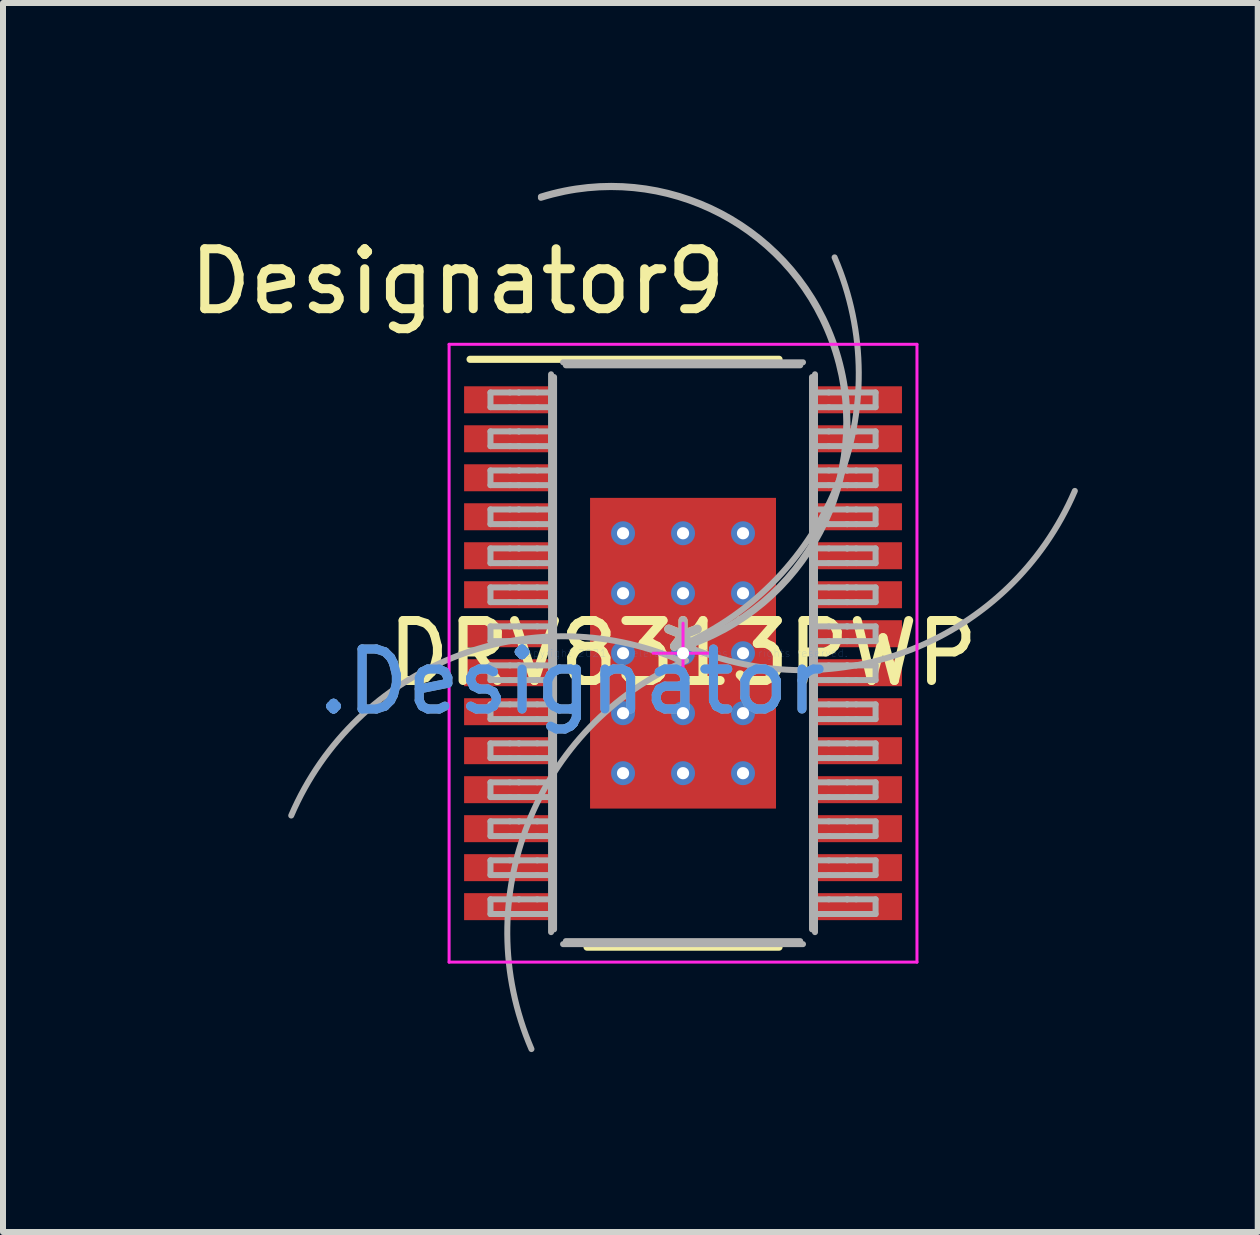
<source format=kicad_pcb>
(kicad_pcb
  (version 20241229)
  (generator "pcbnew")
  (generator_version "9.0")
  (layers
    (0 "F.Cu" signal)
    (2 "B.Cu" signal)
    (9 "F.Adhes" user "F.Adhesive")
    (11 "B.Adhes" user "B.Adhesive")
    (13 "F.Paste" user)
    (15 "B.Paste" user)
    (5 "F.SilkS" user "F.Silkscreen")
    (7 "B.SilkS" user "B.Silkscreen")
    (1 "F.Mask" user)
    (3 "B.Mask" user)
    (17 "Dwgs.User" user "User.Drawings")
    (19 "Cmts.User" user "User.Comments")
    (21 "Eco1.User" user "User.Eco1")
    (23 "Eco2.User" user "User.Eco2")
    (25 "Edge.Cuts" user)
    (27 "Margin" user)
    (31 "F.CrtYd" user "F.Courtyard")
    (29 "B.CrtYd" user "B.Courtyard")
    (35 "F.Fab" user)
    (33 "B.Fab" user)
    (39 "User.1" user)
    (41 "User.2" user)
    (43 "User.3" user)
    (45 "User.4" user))
  (footprint "DRV8313PWP"
    (layer "F.Cu")
    (at 8.337 7.84)
    (property "Reference" "DRV8313PWP" (at 0 0 0) (layer "F.SilkS") (effects (font (size 1 1) (thickness 0.15))))
    (attr through_hole)
    (fp_line (start -3.55 -4.9) (end 1.6 -4.9) (stroke (width 0.12) (type solid)) (layer "F.SilkS"))
    (fp_line (start -1.6 4.9) (end 1.6 4.9) (stroke (width 0.12) (type solid)) (layer "F.SilkS"))
    (fp_line (start -3.9 -5.15) (end 3.9 -5.15) (stroke (width 0.05) (type solid)) (layer "F.CrtYd"))
    (fp_line (start -3.9 5.15) (end -3.9 -5.15) (stroke (width 0.05) (type solid)) (layer "F.CrtYd"))
    (fp_line (start -3.9 5.15) (end 3.9 5.15) (stroke (width 0.05) (type solid)) (layer "F.CrtYd"))
    (fp_line (start -0.5 0) (end 0.5 0) (stroke (width 0.05) (type solid)) (layer "F.CrtYd"))
    (fp_line (start -0.000003 0.5) (end -0.000003 -0.5) (stroke (width 0.05) (type solid)) (layer "F.CrtYd"))
    (fp_line (start 3.9 5.15) (end 3.9 -5.15) (stroke (width 0.05) (type solid)) (layer "F.CrtYd"))
    (fp_line (start -3.21 -4.347) (end -2.887 -4.347) (stroke (width 0.1) (type solid)) (layer "F.Fab"))
    (fp_line (start -3.21 -4.102) (end -3.21 -4.347) (stroke (width 0.1) (type solid)) (layer "F.Fab"))
    (fp_line (start -3.21 -4.102) (end -2.887 -4.102) (stroke (width 0.1) (type solid)) (layer "F.Fab"))
    (fp_line (start -3.21 -3.698) (end -2.887 -3.698) (stroke (width 0.1) (type solid)) (layer "F.Fab"))
    (fp_line (start -3.21 -3.452) (end -3.21 -3.698) (stroke (width 0.1) (type solid)) (layer "F.Fab"))
    (fp_line (start -3.21 -3.452) (end -2.887 -3.452) (stroke (width 0.1) (type solid)) (layer "F.Fab"))
    (fp_line (start -3.21 -3.047) (end -2.887 -3.047) (stroke (width 0.1) (type solid)) (layer "F.Fab"))
    (fp_line (start -3.21 -2.802) (end -3.21 -3.047) (stroke (width 0.1) (type solid)) (layer "F.Fab"))
    (fp_line (start -3.21 -2.802) (end -2.887 -2.802) (stroke (width 0.1) (type solid)) (layer "F.Fab"))
    (fp_line (start -3.21 -2.397) (end -2.887 -2.397) (stroke (width 0.1) (type solid)) (layer "F.Fab"))
    (fp_line (start -3.21 -2.152) (end -3.21 -2.397) (stroke (width 0.1) (type solid)) (layer "F.Fab"))
    (fp_line (start -3.21 -2.152) (end -2.887 -2.152) (stroke (width 0.1) (type solid)) (layer "F.Fab"))
    (fp_line (start -3.21 -1.747) (end -2.887 -1.747) (stroke (width 0.1) (type solid)) (layer "F.Fab"))
    (fp_line (start -3.21 -1.502) (end -3.21 -1.747) (stroke (width 0.1) (type solid)) (layer "F.Fab"))
    (fp_line (start -3.21 -1.502) (end -2.887 -1.502) (stroke (width 0.1) (type solid)) (layer "F.Fab"))
    (fp_line (start -3.21 -1.097) (end -2.887 -1.097) (stroke (width 0.1) (type solid)) (layer "F.Fab"))
    (fp_line (start -3.21 -0.852) (end -3.21 -1.097) (stroke (width 0.1) (type solid)) (layer "F.Fab"))
    (fp_line (start -3.21 -0.852) (end -2.887 -0.852) (stroke (width 0.1) (type solid)) (layer "F.Fab"))
    (fp_line (start -3.21 -0.447) (end -2.887 -0.447) (stroke (width 0.1) (type solid)) (layer "F.Fab"))
    (fp_line (start -3.21 -0.202) (end -3.21 -0.447) (stroke (width 0.1) (type solid)) (layer "F.Fab"))
    (fp_line (start -3.21 -0.202) (end -2.887 -0.202) (stroke (width 0.1) (type solid)) (layer "F.Fab"))
    (fp_line (start -3.21 0.203) (end -2.887 0.203) (stroke (width 0.1) (type solid)) (layer "F.Fab"))
    (fp_line (start -3.21 0.448) (end -3.21 0.203) (stroke (width 0.1) (type solid)) (layer "F.Fab"))
    (fp_line (start -3.21 0.448) (end -2.887 0.448) (stroke (width 0.1) (type solid)) (layer "F.Fab"))
    (fp_line (start -3.21 0.853) (end -2.887 0.853) (stroke (width 0.1) (type solid)) (layer "F.Fab"))
    (fp_line (start -3.21 1.098) (end -3.21 0.853) (stroke (width 0.1) (type solid)) (layer "F.Fab"))
    (fp_line (start -3.21 1.098) (end -2.887 1.098) (stroke (width 0.1) (type solid)) (layer "F.Fab"))
    (fp_line (start -3.21 1.503) (end -2.887 1.503) (stroke (width 0.1) (type solid)) (layer "F.Fab"))
    (fp_line (start -3.21 1.748) (end -3.21 1.503) (stroke (width 0.1) (type solid)) (layer "F.Fab"))
    (fp_line (start -3.21 1.748) (end -2.887 1.748) (stroke (width 0.1) (type solid)) (layer "F.Fab"))
    (fp_line (start -3.21 2.152) (end -2.887 2.152) (stroke (width 0.1) (type solid)) (layer "F.Fab"))
    (fp_line (start -3.21 2.398) (end -3.21 2.152) (stroke (width 0.1) (type solid)) (layer "F.Fab"))
    (fp_line (start -3.21 2.398) (end -2.887 2.398) (stroke (width 0.1) (type solid)) (layer "F.Fab"))
    (fp_line (start -3.21 2.803) (end -2.887 2.803) (stroke (width 0.1) (type solid)) (layer "F.Fab"))
    (fp_line (start -3.21 3.048) (end -3.21 2.803) (stroke (width 0.1) (type solid)) (layer "F.Fab"))
    (fp_line (start -3.21 3.048) (end -2.887 3.048) (stroke (width 0.1) (type solid)) (layer "F.Fab"))
    (fp_line (start -3.21 3.453) (end -2.887 3.453) (stroke (width 0.1) (type solid)) (layer "F.Fab"))
    (fp_line (start -3.21 3.698) (end -3.21 3.453) (stroke (width 0.1) (type solid)) (layer "F.Fab"))
    (fp_line (start -3.21 3.698) (end -2.887 3.698) (stroke (width 0.1) (type solid)) (layer "F.Fab"))
    (fp_line (start -3.21 4.103) (end -2.887 4.103) (stroke (width 0.1) (type solid)) (layer "F.Fab"))
    (fp_line (start -3.21 4.348) (end -3.21 4.103) (stroke (width 0.1) (type solid)) (layer "F.Fab"))
    (fp_line (start -3.21 4.348) (end -2.887 4.348) (stroke (width 0.1) (type solid)) (layer "F.Fab"))
    (fp_line (start -2.887 -4.347) (end -2.739 -4.347) (stroke (width 0.1) (type solid)) (layer "F.Fab"))
    (fp_line (start -2.887 -4.102) (end -2.739 -4.102) (stroke (width 0.1) (type solid)) (layer "F.Fab"))
    (fp_line (start -2.887 -3.698) (end -2.739 -3.698) (stroke (width 0.1) (type solid)) (layer "F.Fab"))
    (fp_line (start -2.887 -3.452) (end -2.739 -3.452) (stroke (width 0.1) (type solid)) (layer "F.Fab"))
    (fp_line (start -2.887 -3.047) (end -2.739 -3.047) (stroke (width 0.1) (type solid)) (layer "F.Fab"))
    (fp_line (start -2.887 -2.802) (end -2.739 -2.802) (stroke (width 0.1) (type solid)) (layer "F.Fab"))
    (fp_line (start -2.887 -2.397) (end -2.739 -2.397) (stroke (width 0.1) (type solid)) (layer "F.Fab"))
    (fp_line (start -2.887 -2.152) (end -2.739 -2.152) (stroke (width 0.1) (type solid)) (layer "F.Fab"))
    (fp_line (start -2.887 -1.747) (end -2.739 -1.747) (stroke (width 0.1) (type solid)) (layer "F.Fab"))
    (fp_line (start -2.887 -1.502) (end -2.739 -1.502) (stroke (width 0.1) (type solid)) (layer "F.Fab"))
    (fp_line (start -2.887 -1.097) (end -2.739 -1.097) (stroke (width 0.1) (type solid)) (layer "F.Fab"))
    (fp_line (start -2.887 -0.852) (end -2.739 -0.852) (stroke (width 0.1) (type solid)) (layer "F.Fab"))
    (fp_line (start -2.887 -0.447) (end -2.739 -0.447) (stroke (width 0.1) (type solid)) (layer "F.Fab"))
    (fp_line (start -2.887 -0.202) (end -2.739 -0.202) (stroke (width 0.1) (type solid)) (layer "F.Fab"))
    (fp_line (start -2.887 0.203) (end -2.739 0.203) (stroke (width 0.1) (type solid)) (layer "F.Fab"))
    (fp_line (start -2.887 0.448) (end -2.739 0.448) (stroke (width 0.1) (type solid)) (layer "F.Fab"))
    (fp_line (start -2.887 0.853) (end -2.739 0.853) (stroke (width 0.1) (type solid)) (layer "F.Fab"))
    (fp_line (start -2.887 1.098) (end -2.739 1.098) (stroke (width 0.1) (type solid)) (layer "F.Fab"))
    (fp_line (start -2.887 1.503) (end -2.739 1.503) (stroke (width 0.1) (type solid)) (layer "F.Fab"))
    (fp_line (start -2.887 1.748) (end -2.739 1.748) (stroke (width 0.1) (type solid)) (layer "F.Fab"))
    (fp_line (start -2.887 2.152) (end -2.739 2.152) (stroke (width 0.1) (type solid)) (layer "F.Fab"))
    (fp_line (start -2.887 2.398) (end -2.739 2.398) (stroke (width 0.1) (type solid)) (layer "F.Fab"))
    (fp_line (start -2.887 2.803) (end -2.739 2.803) (stroke (width 0.1) (type solid)) (layer "F.Fab"))
    (fp_line (start -2.887 3.048) (end -2.739 3.048) (stroke (width 0.1) (type solid)) (layer "F.Fab"))
    (fp_line (start -2.887 3.453) (end -2.739 3.453) (stroke (width 0.1) (type solid)) (layer "F.Fab"))
    (fp_line (start -2.887 3.698) (end -2.739 3.698) (stroke (width 0.1) (type solid)) (layer "F.Fab"))
    (fp_line (start -2.887 4.103) (end -2.739 4.103) (stroke (width 0.1) (type solid)) (layer "F.Fab"))
    (fp_line (start -2.887 4.348) (end -2.739 4.348) (stroke (width 0.1) (type solid)) (layer "F.Fab"))
    (fp_line (start -2.739 -4.347) (end -2.733 -4.347) (stroke (width 0.1) (type solid)) (layer "F.Fab"))
    (fp_line (start -2.739 -4.102) (end -2.733 -4.102) (stroke (width 0.1) (type solid)) (layer "F.Fab"))
    (fp_line (start -2.739 -3.698) (end -2.733 -3.698) (stroke (width 0.1) (type solid)) (layer "F.Fab"))
    (fp_line (start -2.739 -3.452) (end -2.733 -3.452) (stroke (width 0.1) (type solid)) (layer "F.Fab"))
    (fp_line (start -2.739 -3.047) (end -2.733 -3.047) (stroke (width 0.1) (type solid)) (layer "F.Fab"))
    (fp_line (start -2.739 -2.802) (end -2.733 -2.802) (stroke (width 0.1) (type solid)) (layer "F.Fab"))
    (fp_line (start -2.739 -2.397) (end -2.733 -2.397) (stroke (width 0.1) (type solid)) (layer "F.Fab"))
    (fp_line (start -2.739 -2.152) (end -2.733 -2.152) (stroke (width 0.1) (type solid)) (layer "F.Fab"))
    (fp_line (start -2.739 -1.747) (end -2.733 -1.747) (stroke (width 0.1) (type solid)) (layer "F.Fab"))
    (fp_line (start -2.739 -1.502) (end -2.733 -1.502) (stroke (width 0.1) (type solid)) (layer "F.Fab"))
    (fp_line (start -2.739 -1.097) (end -2.733 -1.097) (stroke (width 0.1) (type solid)) (layer "F.Fab"))
    (fp_line (start -2.739 -0.852) (end -2.733 -0.852) (stroke (width 0.1) (type solid)) (layer "F.Fab"))
    (fp_line (start -2.739 -0.447) (end -2.733 -0.447) (stroke (width 0.1) (type solid)) (layer "F.Fab"))
    (fp_line (start -2.739 -0.202) (end -2.733 -0.202) (stroke (width 0.1) (type solid)) (layer "F.Fab"))
    (fp_line (start -2.739 0.203) (end -2.733 0.203) (stroke (width 0.1) (type solid)) (layer "F.Fab"))
    (fp_line (start -2.739 0.448) (end -2.733 0.448) (stroke (width 0.1) (type solid)) (layer "F.Fab"))
    (fp_line (start -2.739 0.853) (end -2.733 0.853) (stroke (width 0.1) (type solid)) (layer "F.Fab"))
    (fp_line (start -2.739 1.098) (end -2.733 1.098) (stroke (width 0.1) (type solid)) (layer "F.Fab"))
    (fp_line (start -2.739 1.503) (end -2.733 1.503) (stroke (width 0.1) (type solid)) (layer "F.Fab"))
    (fp_line (start -2.739 1.748) (end -2.733 1.748) (stroke (width 0.1) (type solid)) (layer "F.Fab"))
    (fp_line (start -2.739 2.152) (end -2.733 2.152) (stroke (width 0.1) (type solid)) (layer "F.Fab"))
    (fp_line (start -2.739 2.398) (end -2.733 2.398) (stroke (width 0.1) (type solid)) (layer "F.Fab"))
    (fp_line (start -2.739 2.803) (end -2.733 2.803) (stroke (width 0.1) (type solid)) (layer "F.Fab"))
    (fp_line (start -2.739 3.048) (end -2.733 3.048) (stroke (width 0.1) (type solid)) (layer "F.Fab"))
    (fp_line (start -2.739 3.453) (end -2.733 3.453) (stroke (width 0.1) (type solid)) (layer "F.Fab"))
    (fp_line (start -2.739 3.698) (end -2.733 3.698) (stroke (width 0.1) (type solid)) (layer "F.Fab"))
    (fp_line (start -2.739 4.103) (end -2.733 4.103) (stroke (width 0.1) (type solid)) (layer "F.Fab"))
    (fp_line (start -2.739 4.348) (end -2.733 4.348) (stroke (width 0.1) (type solid)) (layer "F.Fab"))
    (fp_line (start -2.733 -4.347) (end -2.431 -4.347) (stroke (width 0.1) (type solid)) (layer "F.Fab"))
    (fp_line (start -2.733 -4.102) (end -2.431 -4.102) (stroke (width 0.1) (type solid)) (layer "F.Fab"))
    (fp_line (start -2.733 -3.698) (end -2.431 -3.698) (stroke (width 0.1) (type solid)) (layer "F.Fab"))
    (fp_line (start -2.733 -3.452) (end -2.431 -3.452) (stroke (width 0.1) (type solid)) (layer "F.Fab"))
    (fp_line (start -2.733 -3.047) (end -2.431 -3.047) (stroke (width 0.1) (type solid)) (layer "F.Fab"))
    (fp_line (start -2.733 -2.802) (end -2.431 -2.802) (stroke (width 0.1) (type solid)) (layer "F.Fab"))
    (fp_line (start -2.733 -2.397) (end -2.431 -2.397) (stroke (width 0.1) (type solid)) (layer "F.Fab"))
    (fp_line (start -2.733 -2.152) (end -2.431 -2.152) (stroke (width 0.1) (type solid)) (layer "F.Fab"))
    (fp_line (start -2.733 -1.747) (end -2.431 -1.747) (stroke (width 0.1) (type solid)) (layer "F.Fab"))
    (fp_line (start -2.733 -1.502) (end -2.431 -1.502) (stroke (width 0.1) (type solid)) (layer "F.Fab"))
    (fp_line (start -2.733 -1.097) (end -2.431 -1.097) (stroke (width 0.1) (type solid)) (layer "F.Fab"))
    (fp_line (start -2.733 -0.852) (end -2.431 -0.852) (stroke (width 0.1) (type solid)) (layer "F.Fab"))
    (fp_line (start -2.733 -0.447) (end -2.431 -0.447) (stroke (width 0.1) (type solid)) (layer "F.Fab"))
    (fp_line (start -2.733 -0.202) (end -2.431 -0.202) (stroke (width 0.1) (type solid)) (layer "F.Fab"))
    (fp_line (start -2.733 0.203) (end -2.431 0.203) (stroke (width 0.1) (type solid)) (layer "F.Fab"))
    (fp_line (start -2.733 0.448) (end -2.431 0.448) (stroke (width 0.1) (type solid)) (layer "F.Fab"))
    (fp_line (start -2.733 0.853) (end -2.431 0.853) (stroke (width 0.1) (type solid)) (layer "F.Fab"))
    (fp_line (start -2.733 1.098) (end -2.431 1.098) (stroke (width 0.1) (type solid)) (layer "F.Fab"))
    (fp_line (start -2.733 1.503) (end -2.431 1.503) (stroke (width 0.1) (type solid)) (layer "F.Fab"))
    (fp_line (start -2.733 1.748) (end -2.431 1.748) (stroke (width 0.1) (type solid)) (layer "F.Fab"))
    (fp_line (start -2.733 2.152) (end -2.431 2.152) (stroke (width 0.1) (type solid)) (layer "F.Fab"))
    (fp_line (start -2.733 2.398) (end -2.431 2.398) (stroke (width 0.1) (type solid)) (layer "F.Fab"))
    (fp_line (start -2.733 2.803) (end -2.431 2.803) (stroke (width 0.1) (type solid)) (layer "F.Fab"))
    (fp_line (start -2.733 3.048) (end -2.431 3.048) (stroke (width 0.1) (type solid)) (layer "F.Fab"))
    (fp_line (start -2.733 3.453) (end -2.431 3.453) (stroke (width 0.1) (type solid)) (layer "F.Fab"))
    (fp_line (start -2.733 3.698) (end -2.431 3.698) (stroke (width 0.1) (type solid)) (layer "F.Fab"))
    (fp_line (start -2.733 4.103) (end -2.431 4.103) (stroke (width 0.1) (type solid)) (layer "F.Fab"))
    (fp_line (start -2.733 4.348) (end -2.431 4.348) (stroke (width 0.1) (type solid)) (layer "F.Fab"))
    (fp_line (start -2.431 -4.347) (end -2.2 -4.347) (stroke (width 0.1) (type solid)) (layer "F.Fab"))
    (fp_line (start -2.431 -4.102) (end -2.2 -4.102) (stroke (width 0.1) (type solid)) (layer "F.Fab"))
    (fp_line (start -2.431 -3.698) (end -2.2 -3.698) (stroke (width 0.1) (type solid)) (layer "F.Fab"))
    (fp_line (start -2.431 -3.452) (end -2.2 -3.452) (stroke (width 0.1) (type solid)) (layer "F.Fab"))
    (fp_line (start -2.431 -3.047) (end -2.2 -3.047) (stroke (width 0.1) (type solid)) (layer "F.Fab"))
    (fp_line (start -2.431 -2.802) (end -2.2 -2.802) (stroke (width 0.1) (type solid)) (layer "F.Fab"))
    (fp_line (start -2.431 -2.397) (end -2.2 -2.397) (stroke (width 0.1) (type solid)) (layer "F.Fab"))
    (fp_line (start -2.431 -2.152) (end -2.2 -2.152) (stroke (width 0.1) (type solid)) (layer "F.Fab"))
    (fp_line (start -2.431 -1.747) (end -2.2 -1.747) (stroke (width 0.1) (type solid)) (layer "F.Fab"))
    (fp_line (start -2.431 -1.502) (end -2.2 -1.502) (stroke (width 0.1) (type solid)) (layer "F.Fab"))
    (fp_line (start -2.431 -1.097) (end -2.2 -1.097) (stroke (width 0.1) (type solid)) (layer "F.Fab"))
    (fp_line (start -2.431 -0.852) (end -2.2 -0.852) (stroke (width 0.1) (type solid)) (layer "F.Fab"))
    (fp_line (start -2.431 -0.447) (end -2.2 -0.447) (stroke (width 0.1) (type solid)) (layer "F.Fab"))
    (fp_line (start -2.431 -0.202) (end -2.2 -0.202) (stroke (width 0.1) (type solid)) (layer "F.Fab"))
    (fp_line (start -2.431 0.203) (end -2.2 0.203) (stroke (width 0.1) (type solid)) (layer "F.Fab"))
    (fp_line (start -2.431 0.448) (end -2.2 0.448) (stroke (width 0.1) (type solid)) (layer "F.Fab"))
    (fp_line (start -2.431 0.853) (end -2.2 0.853) (stroke (width 0.1) (type solid)) (layer "F.Fab"))
    (fp_line (start -2.431 1.098) (end -2.2 1.098) (stroke (width 0.1) (type solid)) (layer "F.Fab"))
    (fp_line (start -2.431 1.503) (end -2.2 1.503) (stroke (width 0.1) (type solid)) (layer "F.Fab"))
    (fp_line (start -2.431 1.748) (end -2.2 1.748) (stroke (width 0.1) (type solid)) (layer "F.Fab"))
    (fp_line (start -2.431 2.152) (end -2.2 2.152) (stroke (width 0.1) (type solid)) (layer "F.Fab"))
    (fp_line (start -2.431 2.398) (end -2.2 2.398) (stroke (width 0.1) (type solid)) (layer "F.Fab"))
    (fp_line (start -2.431 2.803) (end -2.2 2.803) (stroke (width 0.1) (type solid)) (layer "F.Fab"))
    (fp_line (start -2.431 3.048) (end -2.2 3.048) (stroke (width 0.1) (type solid)) (layer "F.Fab"))
    (fp_line (start -2.431 3.453) (end -2.2 3.453) (stroke (width 0.1) (type solid)) (layer "F.Fab"))
    (fp_line (start -2.431 3.698) (end -2.2 3.698) (stroke (width 0.1) (type solid)) (layer "F.Fab"))
    (fp_line (start -2.431 4.103) (end -2.2 4.103) (stroke (width 0.1) (type solid)) (layer "F.Fab"))
    (fp_line (start -2.431 4.348) (end -2.2 4.348) (stroke (width 0.1) (type solid)) (layer "F.Fab"))
    (fp_line (start -2.2 -4.102) (end -2.2 -4.347) (stroke (width 0.1) (type solid)) (layer "F.Fab"))
    (fp_line (start -2.2 -3.452) (end -2.2 -3.698) (stroke (width 0.1) (type solid)) (layer "F.Fab"))
    (fp_line (start -2.2 -2.802) (end -2.2 -3.047) (stroke (width 0.1) (type solid)) (layer "F.Fab"))
    (fp_line (start -2.2 -2.152) (end -2.2 -2.397) (stroke (width 0.1) (type solid)) (layer "F.Fab"))
    (fp_line (start -2.2 -1.502) (end -2.2 -1.747) (stroke (width 0.1) (type solid)) (layer "F.Fab"))
    (fp_line (start -2.2 -0.852) (end -2.2 -1.097) (stroke (width 0.1) (type solid)) (layer "F.Fab"))
    (fp_line (start -2.2 -0.202) (end -2.2 -0.447) (stroke (width 0.1) (type solid)) (layer "F.Fab"))
    (fp_line (start -2.2 0.448) (end -2.2 0.203) (stroke (width 0.1) (type solid)) (layer "F.Fab"))
    (fp_line (start -2.2 1.098) (end -2.2 0.853) (stroke (width 0.1) (type solid)) (layer "F.Fab"))
    (fp_line (start -2.2 1.748) (end -2.2 1.503) (stroke (width 0.1) (type solid)) (layer "F.Fab"))
    (fp_line (start -2.2 2.398) (end -2.2 2.152) (stroke (width 0.1) (type solid)) (layer "F.Fab"))
    (fp_line (start -2.2 3.048) (end -2.2 2.803) (stroke (width 0.1) (type solid)) (layer "F.Fab"))
    (fp_line (start -2.2 3.698) (end -2.2 3.453) (stroke (width 0.1) (type solid)) (layer "F.Fab"))
    (fp_line (start -2.2 4.348) (end -2.2 4.103) (stroke (width 0.1) (type solid)) (layer "F.Fab"))
    (fp_line (start -2.2 4.65) (end -2.2 -4.65) (stroke (width 0.1) (type solid)) (layer "F.Fab"))
    (fp_line (start -2.15 4.604) (end -2.15 -4.604) (stroke (width 0.1) (type solid)) (layer "F.Fab"))
    (fp_line (start -2 -4.85) (end 2 -4.85) (stroke (width 0.1) (type solid)) (layer "F.Fab"))
    (fp_line (start -2 4.85) (end 2 4.85) (stroke (width 0.1) (type solid)) (layer "F.Fab"))
    (fp_line (start -1.954 -4.8) (end 1.954 -4.8) (stroke (width 0.1) (type solid)) (layer "F.Fab"))
    (fp_line (start -1.954 4.8) (end 1.954 4.8) (stroke (width 0.1) (type solid)) (layer "F.Fab"))
    (fp_line (start 2.15 4.604) (end 2.15 -4.604) (stroke (width 0.1) (type solid)) (layer "F.Fab"))
    (fp_line (start 2.2 -4.347) (end 2.43 -4.347) (stroke (width 0.1) (type solid)) (layer "F.Fab"))
    (fp_line (start 2.2 -4.102) (end 2.2 -4.347) (stroke (width 0.1) (type solid)) (layer "F.Fab"))
    (fp_line (start 2.2 -4.102) (end 2.43 -4.102) (stroke (width 0.1) (type solid)) (layer "F.Fab"))
    (fp_line (start 2.2 -3.698) (end 2.43 -3.698) (stroke (width 0.1) (type solid)) (layer "F.Fab"))
    (fp_line (start 2.2 -3.452) (end 2.2 -3.698) (stroke (width 0.1) (type solid)) (layer "F.Fab"))
    (fp_line (start 2.2 -3.452) (end 2.43 -3.452) (stroke (width 0.1) (type solid)) (layer "F.Fab"))
    (fp_line (start 2.2 -3.047) (end 2.43 -3.047) (stroke (width 0.1) (type solid)) (layer "F.Fab"))
    (fp_line (start 2.2 -2.802) (end 2.2 -3.047) (stroke (width 0.1) (type solid)) (layer "F.Fab"))
    (fp_line (start 2.2 -2.802) (end 2.43 -2.802) (stroke (width 0.1) (type solid)) (layer "F.Fab"))
    (fp_line (start 2.2 -2.397) (end 2.43 -2.397) (stroke (width 0.1) (type solid)) (layer "F.Fab"))
    (fp_line (start 2.2 -2.152) (end 2.2 -2.397) (stroke (width 0.1) (type solid)) (layer "F.Fab"))
    (fp_line (start 2.2 -2.152) (end 2.43 -2.152) (stroke (width 0.1) (type solid)) (layer "F.Fab"))
    (fp_line (start 2.2 -1.747) (end 2.43 -1.747) (stroke (width 0.1) (type solid)) (layer "F.Fab"))
    (fp_line (start 2.2 -1.502) (end 2.2 -1.747) (stroke (width 0.1) (type solid)) (layer "F.Fab"))
    (fp_line (start 2.2 -1.502) (end 2.43 -1.502) (stroke (width 0.1) (type solid)) (layer "F.Fab"))
    (fp_line (start 2.2 -1.097) (end 2.43 -1.097) (stroke (width 0.1) (type solid)) (layer "F.Fab"))
    (fp_line (start 2.2 -0.852) (end 2.2 -1.097) (stroke (width 0.1) (type solid)) (layer "F.Fab"))
    (fp_line (start 2.2 -0.852) (end 2.43 -0.852) (stroke (width 0.1) (type solid)) (layer "F.Fab"))
    (fp_line (start 2.2 -0.447) (end 2.43 -0.447) (stroke (width 0.1) (type solid)) (layer "F.Fab"))
    (fp_line (start 2.2 -0.202) (end 2.2 -0.447) (stroke (width 0.1) (type solid)) (layer "F.Fab"))
    (fp_line (start 2.2 -0.202) (end 2.43 -0.202) (stroke (width 0.1) (type solid)) (layer "F.Fab"))
    (fp_line (start 2.2 0.203) (end 2.43 0.203) (stroke (width 0.1) (type solid)) (layer "F.Fab"))
    (fp_line (start 2.2 0.448) (end 2.2 0.203) (stroke (width 0.1) (type solid)) (layer "F.Fab"))
    (fp_line (start 2.2 0.448) (end 2.43 0.448) (stroke (width 0.1) (type solid)) (layer "F.Fab"))
    (fp_line (start 2.2 0.853) (end 2.43 0.853) (stroke (width 0.1) (type solid)) (layer "F.Fab"))
    (fp_line (start 2.2 1.098) (end 2.2 0.853) (stroke (width 0.1) (type solid)) (layer "F.Fab"))
    (fp_line (start 2.2 1.098) (end 2.43 1.098) (stroke (width 0.1) (type solid)) (layer "F.Fab"))
    (fp_line (start 2.2 1.503) (end 2.43 1.503) (stroke (width 0.1) (type solid)) (layer "F.Fab"))
    (fp_line (start 2.2 1.748) (end 2.2 1.503) (stroke (width 0.1) (type solid)) (layer "F.Fab"))
    (fp_line (start 2.2 1.748) (end 2.43 1.748) (stroke (width 0.1) (type solid)) (layer "F.Fab"))
    (fp_line (start 2.2 2.152) (end 2.43 2.152) (stroke (width 0.1) (type solid)) (layer "F.Fab"))
    (fp_line (start 2.2 2.398) (end 2.2 2.152) (stroke (width 0.1) (type solid)) (layer "F.Fab"))
    (fp_line (start 2.2 2.398) (end 2.43 2.398) (stroke (width 0.1) (type solid)) (layer "F.Fab"))
    (fp_line (start 2.2 2.803) (end 2.43 2.803) (stroke (width 0.1) (type solid)) (layer "F.Fab"))
    (fp_line (start 2.2 3.048) (end 2.2 2.803) (stroke (width 0.1) (type solid)) (layer "F.Fab"))
    (fp_line (start 2.2 3.048) (end 2.43 3.048) (stroke (width 0.1) (type solid)) (layer "F.Fab"))
    (fp_line (start 2.2 3.453) (end 2.43 3.453) (stroke (width 0.1) (type solid)) (layer "F.Fab"))
    (fp_line (start 2.2 3.698) (end 2.2 3.453) (stroke (width 0.1) (type solid)) (layer "F.Fab"))
    (fp_line (start 2.2 3.698) (end 2.43 3.698) (stroke (width 0.1) (type solid)) (layer "F.Fab"))
    (fp_line (start 2.2 4.103) (end 2.43 4.103) (stroke (width 0.1) (type solid)) (layer "F.Fab"))
    (fp_line (start 2.2 4.348) (end 2.2 4.103) (stroke (width 0.1) (type solid)) (layer "F.Fab"))
    (fp_line (start 2.2 4.348) (end 2.43 4.348) (stroke (width 0.1) (type solid)) (layer "F.Fab"))
    (fp_line (start 2.2 4.65) (end 2.2 -4.65) (stroke (width 0.1) (type solid)) (layer "F.Fab"))
    (fp_line (start 2.43 -4.347) (end 2.733 -4.347) (stroke (width 0.1) (type solid)) (layer "F.Fab"))
    (fp_line (start 2.43 -4.102) (end 2.733 -4.102) (stroke (width 0.1) (type solid)) (layer "F.Fab"))
    (fp_line (start 2.43 -3.698) (end 2.733 -3.698) (stroke (width 0.1) (type solid)) (layer "F.Fab"))
    (fp_line (start 2.43 -3.452) (end 2.733 -3.452) (stroke (width 0.1) (type solid)) (layer "F.Fab"))
    (fp_line (start 2.43 -3.047) (end 2.733 -3.047) (stroke (width 0.1) (type solid)) (layer "F.Fab"))
    (fp_line (start 2.43 -2.802) (end 2.733 -2.802) (stroke (width 0.1) (type solid)) (layer "F.Fab"))
    (fp_line (start 2.43 -2.397) (end 2.733 -2.397) (stroke (width 0.1) (type solid)) (layer "F.Fab"))
    (fp_line (start 2.43 -2.152) (end 2.733 -2.152) (stroke (width 0.1) (type solid)) (layer "F.Fab"))
    (fp_line (start 2.43 -1.747) (end 2.733 -1.747) (stroke (width 0.1) (type solid)) (layer "F.Fab"))
    (fp_line (start 2.43 -1.502) (end 2.733 -1.502) (stroke (width 0.1) (type solid)) (layer "F.Fab"))
    (fp_line (start 2.43 -1.097) (end 2.733 -1.097) (stroke (width 0.1) (type solid)) (layer "F.Fab"))
    (fp_line (start 2.43 -0.852) (end 2.733 -0.852) (stroke (width 0.1) (type solid)) (layer "F.Fab"))
    (fp_line (start 2.43 -0.447) (end 2.733 -0.447) (stroke (width 0.1) (type solid)) (layer "F.Fab"))
    (fp_line (start 2.43 -0.202) (end 2.733 -0.202) (stroke (width 0.1) (type solid)) (layer "F.Fab"))
    (fp_line (start 2.43 0.203) (end 2.733 0.203) (stroke (width 0.1) (type solid)) (layer "F.Fab"))
    (fp_line (start 2.43 0.448) (end 2.733 0.448) (stroke (width 0.1) (type solid)) (layer "F.Fab"))
    (fp_line (start 2.43 0.853) (end 2.733 0.853) (stroke (width 0.1) (type solid)) (layer "F.Fab"))
    (fp_line (start 2.43 1.098) (end 2.733 1.098) (stroke (width 0.1) (type solid)) (layer "F.Fab"))
    (fp_line (start 2.43 1.503) (end 2.733 1.503) (stroke (width 0.1) (type solid)) (layer "F.Fab"))
    (fp_line (start 2.43 1.748) (end 2.733 1.748) (stroke (width 0.1) (type solid)) (layer "F.Fab"))
    (fp_line (start 2.43 2.152) (end 2.733 2.152) (stroke (width 0.1) (type solid)) (layer "F.Fab"))
    (fp_line (start 2.43 2.398) (end 2.733 2.398) (stroke (width 0.1) (type solid)) (layer "F.Fab"))
    (fp_line (start 2.43 2.803) (end 2.733 2.803) (stroke (width 0.1) (type solid)) (layer "F.Fab"))
    (fp_line (start 2.43 3.048) (end 2.733 3.048) (stroke (width 0.1) (type solid)) (layer "F.Fab"))
    (fp_line (start 2.43 3.453) (end 2.733 3.453) (stroke (width 0.1) (type solid)) (layer "F.Fab"))
    (fp_line (start 2.43 3.698) (end 2.733 3.698) (stroke (width 0.1) (type solid)) (layer "F.Fab"))
    (fp_line (start 2.43 4.103) (end 2.733 4.103) (stroke (width 0.1) (type solid)) (layer "F.Fab"))
    (fp_line (start 2.43 4.348) (end 2.733 4.348) (stroke (width 0.1) (type solid)) (layer "F.Fab"))
    (fp_line (start 2.733 -4.347) (end 2.739 -4.347) (stroke (width 0.1) (type solid)) (layer "F.Fab"))
    (fp_line (start 2.733 -4.102) (end 2.739 -4.102) (stroke (width 0.1) (type solid)) (layer "F.Fab"))
    (fp_line (start 2.733 -3.698) (end 2.739 -3.698) (stroke (width 0.1) (type solid)) (layer "F.Fab"))
    (fp_line (start 2.733 -3.452) (end 2.739 -3.452) (stroke (width 0.1) (type solid)) (layer "F.Fab"))
    (fp_line (start 2.733 -3.047) (end 2.739 -3.047) (stroke (width 0.1) (type solid)) (layer "F.Fab"))
    (fp_line (start 2.733 -2.802) (end 2.739 -2.802) (stroke (width 0.1) (type solid)) (layer "F.Fab"))
    (fp_line (start 2.733 -2.397) (end 2.739 -2.397) (stroke (width 0.1) (type solid)) (layer "F.Fab"))
    (fp_line (start 2.733 -2.152) (end 2.739 -2.152) (stroke (width 0.1) (type solid)) (layer "F.Fab"))
    (fp_line (start 2.733 -1.747) (end 2.739 -1.747) (stroke (width 0.1) (type solid)) (layer "F.Fab"))
    (fp_line (start 2.733 -1.502) (end 2.739 -1.502) (stroke (width 0.1) (type solid)) (layer "F.Fab"))
    (fp_line (start 2.733 -1.097) (end 2.739 -1.097) (stroke (width 0.1) (type solid)) (layer "F.Fab"))
    (fp_line (start 2.733 -0.852) (end 2.739 -0.852) (stroke (width 0.1) (type solid)) (layer "F.Fab"))
    (fp_line (start 2.733 -0.447) (end 2.739 -0.447) (stroke (width 0.1) (type solid)) (layer "F.Fab"))
    (fp_line (start 2.733 -0.202) (end 2.739 -0.202) (stroke (width 0.1) (type solid)) (layer "F.Fab"))
    (fp_line (start 2.733 0.203) (end 2.739 0.203) (stroke (width 0.1) (type solid)) (layer "F.Fab"))
    (fp_line (start 2.733 0.448) (end 2.739 0.448) (stroke (width 0.1) (type solid)) (layer "F.Fab"))
    (fp_line (start 2.733 0.853) (end 2.739 0.853) (stroke (width 0.1) (type solid)) (layer "F.Fab"))
    (fp_line (start 2.733 1.098) (end 2.739 1.098) (stroke (width 0.1) (type solid)) (layer "F.Fab"))
    (fp_line (start 2.733 1.503) (end 2.739 1.503) (stroke (width 0.1) (type solid)) (layer "F.Fab"))
    (fp_line (start 2.733 1.748) (end 2.739 1.748) (stroke (width 0.1) (type solid)) (layer "F.Fab"))
    (fp_line (start 2.733 2.152) (end 2.739 2.152) (stroke (width 0.1) (type solid)) (layer "F.Fab"))
    (fp_line (start 2.733 2.398) (end 2.739 2.398) (stroke (width 0.1) (type solid)) (layer "F.Fab"))
    (fp_line (start 2.733 2.803) (end 2.739 2.803) (stroke (width 0.1) (type solid)) (layer "F.Fab"))
    (fp_line (start 2.733 3.048) (end 2.739 3.048) (stroke (width 0.1) (type solid)) (layer "F.Fab"))
    (fp_line (start 2.733 3.453) (end 2.739 3.453) (stroke (width 0.1) (type solid)) (layer "F.Fab"))
    (fp_line (start 2.733 3.698) (end 2.739 3.698) (stroke (width 0.1) (type solid)) (layer "F.Fab"))
    (fp_line (start 2.733 4.103) (end 2.739 4.103) (stroke (width 0.1) (type solid)) (layer "F.Fab"))
    (fp_line (start 2.733 4.348) (end 2.739 4.348) (stroke (width 0.1) (type solid)) (layer "F.Fab"))
    (fp_line (start 2.739 -4.347) (end 2.887 -4.347) (stroke (width 0.1) (type solid)) (layer "F.Fab"))
    (fp_line (start 2.739 -4.102) (end 2.887 -4.102) (stroke (width 0.1) (type solid)) (layer "F.Fab"))
    (fp_line (start 2.739 -3.698) (end 2.887 -3.698) (stroke (width 0.1) (type solid)) (layer "F.Fab"))
    (fp_line (start 2.739 -3.452) (end 2.887 -3.452) (stroke (width 0.1) (type solid)) (layer "F.Fab"))
    (fp_line (start 2.739 -3.047) (end 2.887 -3.047) (stroke (width 0.1) (type solid)) (layer "F.Fab"))
    (fp_line (start 2.739 -2.802) (end 2.887 -2.802) (stroke (width 0.1) (type solid)) (layer "F.Fab"))
    (fp_line (start 2.739 -2.397) (end 2.887 -2.397) (stroke (width 0.1) (type solid)) (layer "F.Fab"))
    (fp_line (start 2.739 -2.152) (end 2.887 -2.152) (stroke (width 0.1) (type solid)) (layer "F.Fab"))
    (fp_line (start 2.739 -1.747) (end 2.887 -1.747) (stroke (width 0.1) (type solid)) (layer "F.Fab"))
    (fp_line (start 2.739 -1.502) (end 2.887 -1.502) (stroke (width 0.1) (type solid)) (layer "F.Fab"))
    (fp_line (start 2.739 -1.097) (end 2.887 -1.097) (stroke (width 0.1) (type solid)) (layer "F.Fab"))
    (fp_line (start 2.739 -0.852) (end 2.887 -0.852) (stroke (width 0.1) (type solid)) (layer "F.Fab"))
    (fp_line (start 2.739 -0.447) (end 2.887 -0.447) (stroke (width 0.1) (type solid)) (layer "F.Fab"))
    (fp_line (start 2.739 -0.202) (end 2.887 -0.202) (stroke (width 0.1) (type solid)) (layer "F.Fab"))
    (fp_line (start 2.739 0.203) (end 2.887 0.203) (stroke (width 0.1) (type solid)) (layer "F.Fab"))
    (fp_line (start 2.739 0.448) (end 2.887 0.448) (stroke (width 0.1) (type solid)) (layer "F.Fab"))
    (fp_line (start 2.739 0.853) (end 2.887 0.853) (stroke (width 0.1) (type solid)) (layer "F.Fab"))
    (fp_line (start 2.739 1.098) (end 2.887 1.098) (stroke (width 0.1) (type solid)) (layer "F.Fab"))
    (fp_line (start 2.739 1.503) (end 2.887 1.503) (stroke (width 0.1) (type solid)) (layer "F.Fab"))
    (fp_line (start 2.739 1.748) (end 2.887 1.748) (stroke (width 0.1) (type solid)) (layer "F.Fab"))
    (fp_line (start 2.739 2.152) (end 2.887 2.152) (stroke (width 0.1) (type solid)) (layer "F.Fab"))
    (fp_line (start 2.739 2.398) (end 2.887 2.398) (stroke (width 0.1) (type solid)) (layer "F.Fab"))
    (fp_line (start 2.739 2.803) (end 2.887 2.803) (stroke (width 0.1) (type solid)) (layer "F.Fab"))
    (fp_line (start 2.739 3.048) (end 2.887 3.048) (stroke (width 0.1) (type solid)) (layer "F.Fab"))
    (fp_line (start 2.739 3.453) (end 2.887 3.453) (stroke (width 0.1) (type solid)) (layer "F.Fab"))
    (fp_line (start 2.739 3.698) (end 2.887 3.698) (stroke (width 0.1) (type solid)) (layer "F.Fab"))
    (fp_line (start 2.739 4.103) (end 2.887 4.103) (stroke (width 0.1) (type solid)) (layer "F.Fab"))
    (fp_line (start 2.739 4.348) (end 2.887 4.348) (stroke (width 0.1) (type solid)) (layer "F.Fab"))
    (fp_line (start 2.887 -4.347) (end 3.21 -4.347) (stroke (width 0.1) (type solid)) (layer "F.Fab"))
    (fp_line (start 2.887 -4.102) (end 3.21 -4.102) (stroke (width 0.1) (type solid)) (layer "F.Fab"))
    (fp_line (start 2.887 -3.698) (end 3.21 -3.698) (stroke (width 0.1) (type solid)) (layer "F.Fab"))
    (fp_line (start 2.887 -3.452) (end 3.21 -3.452) (stroke (width 0.1) (type solid)) (layer "F.Fab"))
    (fp_line (start 2.887 -3.047) (end 3.21 -3.047) (stroke (width 0.1) (type solid)) (layer "F.Fab"))
    (fp_line (start 2.887 -2.802) (end 3.21 -2.802) (stroke (width 0.1) (type solid)) (layer "F.Fab"))
    (fp_line (start 2.887 -2.397) (end 3.21 -2.397) (stroke (width 0.1) (type solid)) (layer "F.Fab"))
    (fp_line (start 2.887 -2.152) (end 3.21 -2.152) (stroke (width 0.1) (type solid)) (layer "F.Fab"))
    (fp_line (start 2.887 -1.747) (end 3.21 -1.747) (stroke (width 0.1) (type solid)) (layer "F.Fab"))
    (fp_line (start 2.887 -1.502) (end 3.21 -1.502) (stroke (width 0.1) (type solid)) (layer "F.Fab"))
    (fp_line (start 2.887 -1.097) (end 3.21 -1.097) (stroke (width 0.1) (type solid)) (layer "F.Fab"))
    (fp_line (start 2.887 -0.852) (end 3.21 -0.852) (stroke (width 0.1) (type solid)) (layer "F.Fab"))
    (fp_line (start 2.887 -0.447) (end 3.21 -0.447) (stroke (width 0.1) (type solid)) (layer "F.Fab"))
    (fp_line (start 2.887 -0.202) (end 3.21 -0.202) (stroke (width 0.1) (type solid)) (layer "F.Fab"))
    (fp_line (start 2.887 0.203) (end 3.21 0.203) (stroke (width 0.1) (type solid)) (layer "F.Fab"))
    (fp_line (start 2.887 0.448) (end 3.21 0.448) (stroke (width 0.1) (type solid)) (layer "F.Fab"))
    (fp_line (start 2.887 0.853) (end 3.21 0.853) (stroke (width 0.1) (type solid)) (layer "F.Fab"))
    (fp_line (start 2.887 1.098) (end 3.21 1.098) (stroke (width 0.1) (type solid)) (layer "F.Fab"))
    (fp_line (start 2.887 1.503) (end 3.21 1.503) (stroke (width 0.1) (type solid)) (layer "F.Fab"))
    (fp_line (start 2.887 1.748) (end 3.21 1.748) (stroke (width 0.1) (type solid)) (layer "F.Fab"))
    (fp_line (start 2.887 2.152) (end 3.21 2.152) (stroke (width 0.1) (type solid)) (layer "F.Fab"))
    (fp_line (start 2.887 2.398) (end 3.21 2.398) (stroke (width 0.1) (type solid)) (layer "F.Fab"))
    (fp_line (start 2.887 2.803) (end 3.21 2.803) (stroke (width 0.1) (type solid)) (layer "F.Fab"))
    (fp_line (start 2.887 3.048) (end 3.21 3.048) (stroke (width 0.1) (type solid)) (layer "F.Fab"))
    (fp_line (start 2.887 3.453) (end 3.21 3.453) (stroke (width 0.1) (type solid)) (layer "F.Fab"))
    (fp_line (start 2.887 3.698) (end 3.21 3.698) (stroke (width 0.1) (type solid)) (layer "F.Fab"))
    (fp_line (start 2.887 4.103) (end 3.21 4.103) (stroke (width 0.1) (type solid)) (layer "F.Fab"))
    (fp_line (start 2.887 4.348) (end 3.21 4.348) (stroke (width 0.1) (type solid)) (layer "F.Fab"))
    (fp_line (start 3.21 -4.102) (end 3.21 -4.347) (stroke (width 0.1) (type solid)) (layer "F.Fab"))
    (fp_line (start 3.21 -3.452) (end 3.21 -3.698) (stroke (width 0.1) (type solid)) (layer "F.Fab"))
    (fp_line (start 3.21 -2.802) (end 3.21 -3.047) (stroke (width 0.1) (type solid)) (layer "F.Fab"))
    (fp_line (start 3.21 -2.152) (end 3.21 -2.397) (stroke (width 0.1) (type solid)) (layer "F.Fab"))
    (fp_line (start 3.21 -1.502) (end 3.21 -1.747) (stroke (width 0.1) (type solid)) (layer "F.Fab"))
    (fp_line (start 3.21 -0.852) (end 3.21 -1.097) (stroke (width 0.1) (type solid)) (layer "F.Fab"))
    (fp_line (start 3.21 -0.202) (end 3.21 -0.447) (stroke (width 0.1) (type solid)) (layer "F.Fab"))
    (fp_line (start 3.21 0.448) (end 3.21 0.203) (stroke (width 0.1) (type solid)) (layer "F.Fab"))
    (fp_line (start 3.21 1.098) (end 3.21 0.853) (stroke (width 0.1) (type solid)) (layer "F.Fab"))
    (fp_line (start 3.21 1.748) (end 3.21 1.503) (stroke (width 0.1) (type solid)) (layer "F.Fab"))
    (fp_line (start 3.21 2.398) (end 3.21 2.152) (stroke (width 0.1) (type solid)) (layer "F.Fab"))
    (fp_line (start 3.21 3.048) (end 3.21 2.803) (stroke (width 0.1) (type solid)) (layer "F.Fab"))
    (fp_line (start 3.21 3.698) (end 3.21 3.453) (stroke (width 0.1) (type solid)) (layer "F.Fab"))
    (fp_line (start 3.21 4.348) (end 3.21 4.103) (stroke (width 0.1) (type solid)) (layer "F.Fab"))
    (fp_arc (start -6.5319 2.705893) (mid -3.829838 0.070772) (end -0.05588 0.11811) (stroke (width 0.1) (type solid)) (layer "F.Fab"))
    (fp_arc (start -2.526825 6.599197) (mid -2.579237 2.82735) (end 0.0508 0.12319) (stroke (width 0.1) (type solid)) (layer "F.Fab"))
    (fp_arc (start -2.369526 -7.612325) (mid 2.562345 -5.0195) (end -0.03048 -0.087629) (stroke (width 0.1) (type solid)) (layer "F.Fab"))
    (fp_arc (start -2.369526 -7.592005) (mid 2.542025 -5.0195) (end -0.03048 -0.107949) (stroke (width 0.1) (type solid)) (layer "F.Fab"))
    (fp_arc (start 2.526807 -6.59921) (mid 2.579233 -2.827359) (end -0.0508 -0.12319) (stroke (width 0.1) (type solid)) (layer "F.Fab"))
    (fp_arc (start 6.531882 -2.70589) (mid 3.829828 -0.070776) (end 0.05588 -0.11811) (stroke (width 0.1) (type solid)) (layer "F.Fab"))
    (fp_text user "Designator9" (at -3.759 -6.198 0) (layer "F.SilkS") (effects (font (size 1 1) (thickness 0.15))))
    (fp_text user "*" (at 0 0 0) (layer "F.SilkS") (effects (font (size 1 1) (thickness 0.15))))
    (fp_text user "Copyright 2021 Accelerated Designs. All rights reserved." (at 0 0 0) (layer "Cmts.User") (effects (font (size 0.127 0.127) (thickness 0.002))))
    (fp_text user ".Designator" (at -1.85 0.475 0) (layer "Cmts.User") (effects (font (size 1 1) (thickness 0.15))))
    (fp_text user "*" (at 0 0 0) (layer "F.Fab") (effects (font (size 1 1) (thickness 0.15))))
    (fp_text user ".Designator" (at -1.85 0.475 0) (layer "F.Fab") (effects (font (size 1 1) (thickness 0.15))))
    (pad "1" smd rect (at -2.95 -4.225 90) (size 0.45 1.4) (layers "F.Cu" "F.Mask" "F.Paste"))
    (pad "2" smd rect (at -2.95 -3.575 90) (size 0.45 1.4) (layers "F.Cu" "F.Mask" "F.Paste"))
    (pad "3" smd rect (at -2.95 -2.925 90) (size 0.45 1.4) (layers "F.Cu" "F.Mask" "F.Paste"))
    (pad "4" smd rect (at -2.95 -2.275 90) (size 0.45 1.4) (layers "F.Cu" "F.Mask" "F.Paste"))
    (pad "5" smd rect (at -2.95 -1.625 90) (size 0.45 1.4) (layers "F.Cu" "F.Mask" "F.Paste"))
    (pad "6" smd rect (at -2.95 -0.975 90) (size 0.45 1.4) (layers "F.Cu" "F.Mask" "F.Paste"))
    (pad "7" smd rect (at -2.95 -0.325 90) (size 0.45 1.4) (layers "F.Cu" "F.Mask" "F.Paste"))
    (pad "8" smd rect (at -2.95 0.325 90) (size 0.45 1.4) (layers "F.Cu" "F.Mask" "F.Paste"))
    (pad "9" smd rect (at -2.95 0.975 90) (size 0.45 1.4) (layers "F.Cu" "F.Mask" "F.Paste"))
    (pad "10" smd rect (at -2.95 1.625 90) (size 0.45 1.4) (layers "F.Cu" "F.Mask" "F.Paste"))
    (pad "11" smd rect (at -2.95 2.275 90) (size 0.45 1.4) (layers "F.Cu" "F.Mask" "F.Paste"))
    (pad "12" smd rect (at -2.95 2.925 90) (size 0.45 1.4) (layers "F.Cu" "F.Mask" "F.Paste"))
    (pad "13" smd rect (at -2.95 3.575 90) (size 0.45 1.4) (layers "F.Cu" "F.Mask" "F.Paste"))
    (pad "14" smd rect (at -2.95 4.225 90) (size 0.45 1.4) (layers "F.Cu" "F.Mask" "F.Paste"))
    (pad "15" smd rect (at 2.95 4.225 90) (size 0.45 1.4) (layers "F.Cu" "F.Mask" "F.Paste"))
    (pad "16" smd rect (at 2.95 3.575 90) (size 0.45 1.4) (layers "F.Cu" "F.Mask" "F.Paste"))
    (pad "17" smd rect (at 2.95 2.925 90) (size 0.45 1.4) (layers "F.Cu" "F.Mask" "F.Paste"))
    (pad "18" smd rect (at 2.95 2.275 90) (size 0.45 1.4) (layers "F.Cu" "F.Mask" "F.Paste"))
    (pad "19" smd rect (at 2.95 1.625 90) (size 0.45 1.4) (layers "F.Cu" "F.Mask" "F.Paste"))
    (pad "20" smd rect (at 2.95 0.975 90) (size 0.45 1.4) (layers "F.Cu" "F.Mask" "F.Paste"))
    (pad "21" smd rect (at 2.95 0.325 90) (size 0.45 1.4) (layers "F.Cu" "F.Mask" "F.Paste"))
    (pad "22" smd rect (at 2.95 -0.325 90) (size 0.45 1.4) (layers "F.Cu" "F.Mask" "F.Paste"))
    (pad "23" smd rect (at 2.95 -0.975 90) (size 0.45 1.4) (layers "F.Cu" "F.Mask" "F.Paste"))
    (pad "24" smd rect (at 2.95 -1.625 90) (size 0.45 1.4) (layers "F.Cu" "F.Mask" "F.Paste"))
    (pad "25" smd rect (at 2.95 -2.275 90) (size 0.45 1.4) (layers "F.Cu" "F.Mask" "F.Paste"))
    (pad "26" smd rect (at 2.95 -2.925 90) (size 0.45 1.4) (layers "F.Cu" "F.Mask" "F.Paste"))
    (pad "27" smd rect (at 2.95 -3.575 90) (size 0.45 1.4) (layers "F.Cu" "F.Mask" "F.Paste"))
    (pad "28" smd rect (at 2.95 -4.225 90) (size 0.45 1.4) (layers "F.Cu" "F.Mask" "F.Paste"))
    (pad "29" smd rect (at 0 0) (size 3.1 5.18) (layers "F.Cu" "F.Mask" "F.Paste"))
    (pad "V" thru_hole circle (at -1 -2) (size 0.4 0.4) (drill 0.203) (layers "*.Cu" "*.Mask"))
    (pad "V" thru_hole circle (at -1 -1) (size 0.4 0.4) (drill 0.203) (layers "*.Cu" "*.Mask"))
    (pad "V" thru_hole circle (at -1 0) (size 0.4 0.4) (drill 0.203) (layers "*.Cu" "*.Mask"))
    (pad "V" thru_hole circle (at -1 1) (size 0.4 0.4) (drill 0.203) (layers "*.Cu" "*.Mask"))
    (pad "V" thru_hole circle (at -1 2) (size 0.4 0.4) (drill 0.203) (layers "*.Cu" "*.Mask"))
    (pad "V" thru_hole circle (at 0 -2) (size 0.4 0.4) (drill 0.203) (layers "*.Cu" "*.Mask"))
    (pad "V" thru_hole circle (at 0 -1) (size 0.4 0.4) (drill 0.203) (layers "*.Cu" "*.Mask"))
    (pad "V" thru_hole circle (at 0 0) (size 0.4 0.4) (drill 0.203) (layers "*.Cu" "*.Mask"))
    (pad "V" thru_hole circle (at 0 1) (size 0.4 0.4) (drill 0.203) (layers "*.Cu" "*.Mask"))
    (pad "V" thru_hole circle (at 0 2) (size 0.4 0.4) (drill 0.203) (layers "*.Cu" "*.Mask"))
    (pad "V" thru_hole circle (at 1 -2) (size 0.4 0.4) (drill 0.203) (layers "*.Cu" "*.Mask"))
    (pad "V" thru_hole circle (at 1 -1) (size 0.4 0.4) (drill 0.203) (layers "*.Cu" "*.Mask"))
    (pad "V" thru_hole circle (at 1 0) (size 0.4 0.4) (drill 0.203) (layers "*.Cu" "*.Mask"))
    (pad "V" thru_hole circle (at 1 1) (size 0.4 0.4) (drill 0.203) (layers "*.Cu" "*.Mask"))
    (pad "V" thru_hole circle (at 1 2) (size 0.4 0.4) (drill 0.203) (layers "*.Cu" "*.Mask")))
  (gr_rect
    (start -3 -3)
    (end 17.918 17.489)
    (stroke (width 0.1) (type default))
    (fill no)
    (layer "Edge.Cuts")))
</source>
